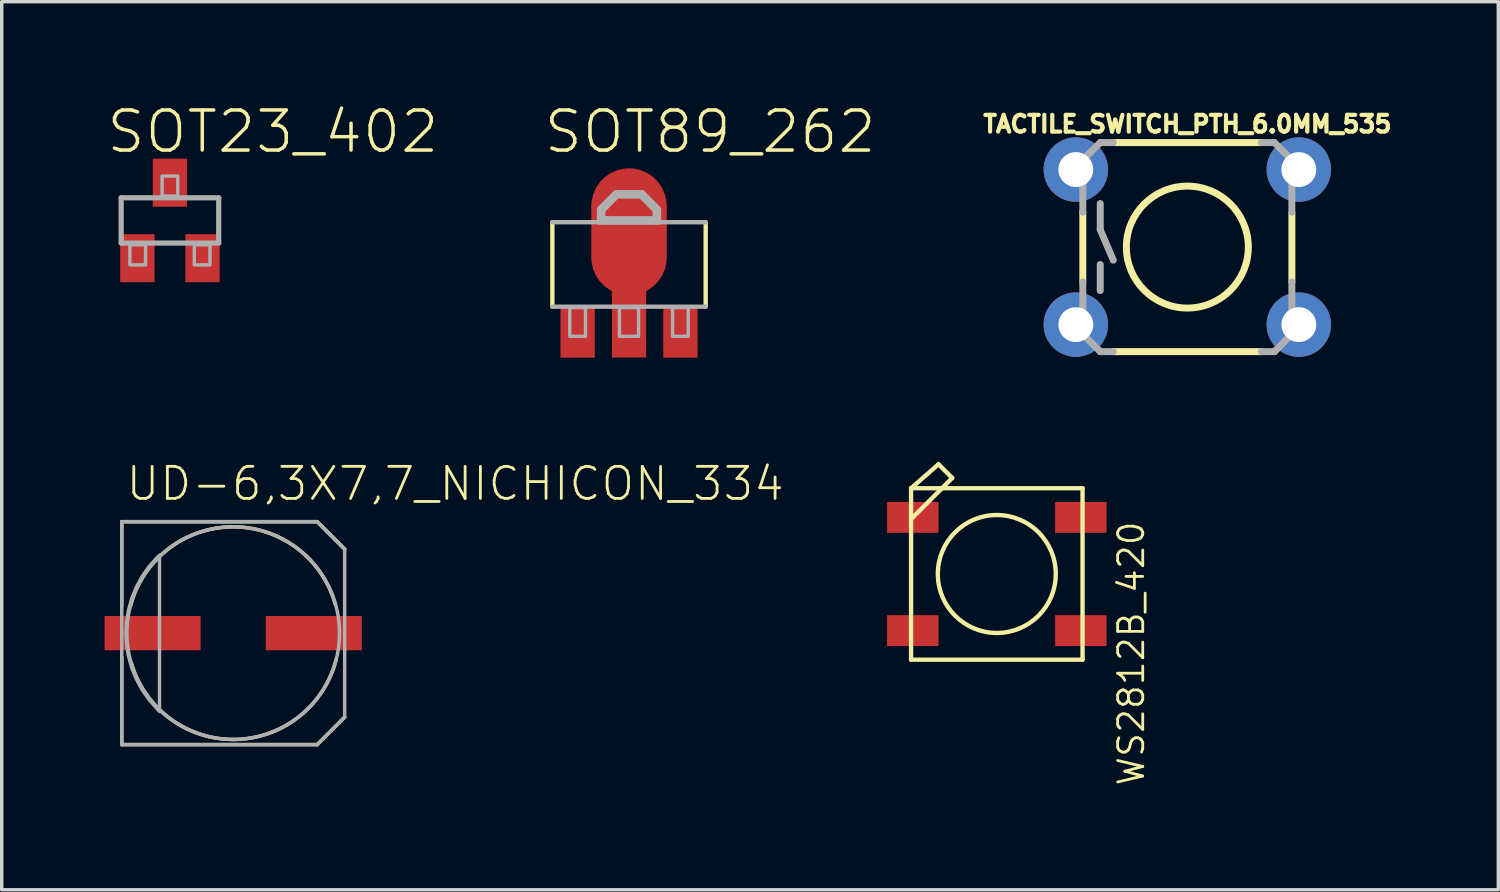
<source format=kicad_pcb>
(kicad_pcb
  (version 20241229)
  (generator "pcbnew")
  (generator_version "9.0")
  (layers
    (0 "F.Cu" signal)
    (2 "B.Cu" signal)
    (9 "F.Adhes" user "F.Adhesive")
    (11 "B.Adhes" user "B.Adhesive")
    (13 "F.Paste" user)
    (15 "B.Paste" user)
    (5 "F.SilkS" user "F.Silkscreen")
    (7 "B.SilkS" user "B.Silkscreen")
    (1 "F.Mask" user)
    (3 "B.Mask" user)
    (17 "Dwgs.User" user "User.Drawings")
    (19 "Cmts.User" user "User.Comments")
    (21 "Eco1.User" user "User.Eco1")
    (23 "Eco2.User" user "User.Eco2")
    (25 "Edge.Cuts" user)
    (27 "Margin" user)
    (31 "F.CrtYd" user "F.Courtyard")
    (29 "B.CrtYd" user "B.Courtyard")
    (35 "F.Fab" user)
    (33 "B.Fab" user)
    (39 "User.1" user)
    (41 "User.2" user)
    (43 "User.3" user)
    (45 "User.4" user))
  (footprint "SOT23_402"
    (layer "F.Cu")
    (at 1.905 3.378)
    (property "Reference" "SOT23_402" (at -1.905 -1.905 0) (unlocked yes) (layer "F.SilkS") (effects (font (size 1.168 1.168) (thickness 0.102)) (justify left bottom)))
    (fp_line (start -1.422 -0.66) (end 1.422 -0.66) (stroke (width 0.152) (type solid)) (layer "F.Fab"))
    (fp_line (start -1.422 0.66) (end -1.422 -0.66) (stroke (width 0.152) (type solid)) (layer "F.Fab"))
    (fp_line (start 1.422 -0.66) (end 1.422 0.66) (stroke (width 0.152) (type solid)) (layer "F.Fab"))
    (fp_line (start 1.422 0.66) (end -1.422 0.66) (stroke (width 0.152) (type solid)) (layer "F.Fab"))
    (fp_poly (pts (xy -1.168 1.295) (xy -0.711 1.295) (xy -0.711 0.711) (xy -1.168 0.711)) (stroke (width 0.1) (type default)) (fill no) (layer "F.Fab"))
    (fp_poly (pts (xy -0.229 -0.711) (xy 0.229 -0.711) (xy 0.229 -1.295) (xy -0.229 -1.295)) (stroke (width 0.1) (type default)) (fill no) (layer "F.Fab"))
    (fp_poly (pts (xy 0.711 1.295) (xy 1.168 1.295) (xy 1.168 0.711) (xy 0.711 0.711)) (stroke (width 0.1) (type default)) (fill no) (layer "F.Fab"))
    (pad "1" smd rect (at -0.95 1.1) (size 1 1.4) (layers "F.Cu" "F.Mask" "F.Paste"))
    (pad "2" smd rect (at 0.95 1.1) (size 1 1.4) (layers "F.Cu" "F.Mask" "F.Paste"))
    (pad "3" smd rect (at 0 -1.1) (size 1 1.4) (layers "F.Cu" "F.Mask" "F.Paste")))
  (footprint "TACTILE_SWITCH_PTH_6.0MM_535"
    (layer "F.Cu")
    (at 31.572 4.155)
    (property "Reference" "TACTILE_SWITCH_PTH_6.0MM_535" (at 0 -3.302 0) (unlocked yes) (layer "F.SilkS") (effects (font (size 0.488 0.488) (thickness 0.122)) (justify bottom)))
    (fp_line (start -3.048 -1.028) (end -3.048 1.016) (stroke (width 0.203) (type solid)) (layer "F.SilkS"))
    (fp_line (start -2.159 3.048) (end 2.159 3.048) (stroke (width 0.203) (type solid)) (layer "F.SilkS"))
    (fp_line (start 2.159 -3.048) (end -2.159 -3.048) (stroke (width 0.203) (type solid)) (layer "F.SilkS"))
    (fp_line (start 3.048 -0.998) (end 3.048 1.016) (stroke (width 0.203) (type solid)) (layer "F.SilkS"))
    (fp_circle (center 0 0) (end 1.778 0) (stroke (width 0.203) (type solid)) (fill no) (layer "F.SilkS"))
    (fp_line (start -3.048 -2.54) (end -3.048 -1.016) (stroke (width 0.203) (type solid)) (layer "F.Fab"))
    (fp_line (start -3.048 2.54) (end -3.048 1.016) (stroke (width 0.203) (type solid)) (layer "F.Fab"))
    (fp_line (start -2.54 -3.048) (end -3.048 -2.54) (stroke (width 0.203) (type solid)) (layer "F.Fab"))
    (fp_line (start -2.54 -3.048) (end -2.159 -3.048) (stroke (width 0.203) (type solid)) (layer "F.Fab"))
    (fp_line (start -2.54 -1.27) (end -2.54 -0.508) (stroke (width 0.203) (type solid)) (layer "F.Fab"))
    (fp_line (start -2.54 -0.508) (end -2.159 0.381) (stroke (width 0.203) (type solid)) (layer "F.Fab"))
    (fp_line (start -2.54 0.508) (end -2.54 1.27) (stroke (width 0.203) (type solid)) (layer "F.Fab"))
    (fp_line (start -2.54 3.048) (end -3.048 2.54) (stroke (width 0.203) (type solid)) (layer "F.Fab"))
    (fp_line (start -2.54 3.048) (end -2.159 3.048) (stroke (width 0.203) (type solid)) (layer "F.Fab"))
    (fp_line (start 2.54 -3.048) (end 2.159 -3.048) (stroke (width 0.203) (type solid)) (layer "F.Fab"))
    (fp_line (start 2.54 3.048) (end 2.159 3.048) (stroke (width 0.203) (type solid)) (layer "F.Fab"))
    (fp_line (start 2.54 3.048) (end 3.048 2.54) (stroke (width 0.203) (type solid)) (layer "F.Fab"))
    (fp_line (start 3.048 -2.54) (end 2.54 -3.048) (stroke (width 0.203) (type solid)) (layer "F.Fab"))
    (fp_line (start 3.048 -1.016) (end 3.048 -2.54) (stroke (width 0.203) (type solid)) (layer "F.Fab"))
    (fp_line (start 3.048 2.54) (end 3.048 1.016) (stroke (width 0.203) (type solid)) (layer "F.Fab"))
    (pad "1" thru_hole circle (at -3.251 -2.261) (size 1.88 1.88) (drill 1.016) (layers "*.Cu" "*.Mask"))
    (pad "2" thru_hole circle (at 3.251 -2.261) (size 1.88 1.88) (drill 1.016) (layers "*.Cu" "*.Mask"))
    (pad "3" thru_hole circle (at -3.251 2.261) (size 1.88 1.88) (drill 1.016) (layers "*.Cu" "*.Mask"))
    (pad "4" thru_hole circle (at 3.251 2.261) (size 1.88 1.88) (drill 1.016) (layers "*.Cu" "*.Mask")))
  (footprint "WS2812B_420"
    (layer "F.Cu")
    (at 26.016 13.687)
    (property "Reference" "WS2812B_420" (at 3.493 -1.587 90) (unlocked yes) (layer "F.SilkS") (effects (font (size 0.732 0.732) (thickness 0.081)) (justify right top)))
    (fp_line (start -2.5 -2.5) (end -1.6 -2.5) (stroke (width 0.127) (type solid)) (layer "F.SilkS"))
    (fp_line (start -2.5 -1.6) (end -2.5 -2.5) (stroke (width 0.127) (type solid)) (layer "F.SilkS"))
    (fp_line (start -2.5 -1.6) (end -1.6 -2.5) (stroke (width 0.127) (type solid)) (layer "F.SilkS"))
    (fp_line (start -2.5 2.5) (end -2.5 -1.6) (stroke (width 0.127) (type solid)) (layer "F.SilkS"))
    (fp_line (start -1.7 -3.2) (end -2.5 -2.5) (stroke (width 0.127) (type solid)) (layer "F.SilkS"))
    (fp_line (start -1.6 -2.5) (end -1.3 -2.8) (stroke (width 0.127) (type solid)) (layer "F.SilkS"))
    (fp_line (start -1.6 -2.5) (end 2.5 -2.5) (stroke (width 0.127) (type solid)) (layer "F.SilkS"))
    (fp_line (start -1.3 -2.8) (end -1.7 -3.2) (stroke (width 0.127) (type solid)) (layer "F.SilkS"))
    (fp_line (start 2.5 -2.5) (end 2.5 2.5) (stroke (width 0.127) (type solid)) (layer "F.SilkS"))
    (fp_line (start 2.5 2.5) (end -2.5 2.5) (stroke (width 0.127) (type solid)) (layer "F.SilkS"))
    (fp_circle (center 0 0) (end 1.72 0) (stroke (width 0.127) (type solid)) (fill no) (layer "F.SilkS"))
    (pad "1-VDD" smd rect (at 2.45 1.65 180) (size 1.5 0.9) (layers "F.Cu" "F.Mask" "F.Paste"))
    (pad "2-DOUT" smd rect (at 2.45 -1.65 180) (size 1.5 0.9) (layers "F.Cu" "F.Mask" "F.Paste"))
    (pad "3-GND" smd rect (at -2.45 -1.65 180) (size 1.5 0.9) (layers "F.Cu" "F.Mask" "F.Paste"))
    (pad "4-DIN" smd rect (at -2.45 1.65 180) (size 1.5 0.9) (layers "F.Cu" "F.Mask" "F.Paste")))
  (footprint "SOT89_262"
    (layer "F.Cu")
    (at 15.292 4.648)
    (property "Reference" "SOT89_262" (at -2.54 -3.175 0) (unlocked yes) (layer "F.SilkS") (effects (font (size 1.168 1.168) (thickness 0.102)) (justify left bottom)))
    (fp_poly (pts (xy -2.025 2.775) (xy -0.975 2.775) (xy -0.975 1.2) (xy -2.025 1.2)) (stroke (width 0) (type default)) (fill yes) (layer "F.Mask"))
    (fp_poly (pts (xy -0.525 2.775) (xy 0.525 2.775) (xy 0.525 1.2) (xy -0.525 1.2)) (stroke (width 0) (type default)) (fill yes) (layer "F.Mask"))
    (fp_poly (pts (xy 0.975 2.775) (xy 2.025 2.775) (xy 2.025 1.2) (xy 0.975 1.2)) (stroke (width 0) (type default)) (fill yes) (layer "F.Mask"))
    (fp_line (start -2.235 1.245) (end -2.235 -1.219) (stroke (width 0.127) (type solid)) (layer "F.SilkS"))
    (fp_line (start 2.235 -1.219) (end 2.235 1.245) (stroke (width 0.127) (type solid)) (layer "F.SilkS"))
    (fp_poly (pts (xy -1.9 2.68) (xy -1.1 2.68) (xy -1.1 1.28) (xy -1.9 1.28)) (stroke (width 0) (type default)) (fill yes) (layer "F.Paste"))
    (fp_poly (pts (xy -0.9 0) (xy 0.9 0) (xy 0.9 -2.2) (xy -0.9 -2.2)) (stroke (width 0) (type default)) (fill yes) (layer "F.Paste"))
    (fp_poly (pts (xy -0.4 2.68) (xy 0.4 2.68) (xy 0.4 1.28) (xy -0.4 1.28)) (stroke (width 0) (type default)) (fill yes) (layer "F.Paste"))
    (fp_poly (pts (xy 1.1 2.68) (xy 1.9 2.68) (xy 1.9 1.28) (xy 1.1 1.28)) (stroke (width 0) (type default)) (fill yes) (layer "F.Paste"))
    (fp_line (start -2.235 -1.219) (end 2.235 -1.219) (stroke (width 0.127) (type solid)) (layer "F.Fab"))
    (fp_line (start -0.787 -1.575) (end -0.356 -2.007) (stroke (width 0.2) (type solid)) (layer "F.Fab"))
    (fp_line (start -0.787 -1.295) (end -0.787 -1.575) (stroke (width 0.2) (type solid)) (layer "F.Fab"))
    (fp_line (start -0.356 -2.007) (end 0.356 -2.007) (stroke (width 0.2) (type solid)) (layer "F.Fab"))
    (fp_line (start 0.356 -2.007) (end 0.787 -1.575) (stroke (width 0.2) (type solid)) (layer "F.Fab"))
    (fp_line (start 0.787 -1.575) (end 0.787 -1.295) (stroke (width 0.2) (type solid)) (layer "F.Fab"))
    (fp_line (start 0.787 -1.295) (end -0.787 -1.295) (stroke (width 0.2) (type solid)) (layer "F.Fab"))
    (fp_line (start 2.235 1.245) (end -2.235 1.245) (stroke (width 0.127) (type solid)) (layer "F.Fab"))
    (fp_poly (pts (xy -1.727 2.108) (xy -1.27 2.108) (xy -1.27 1.27) (xy -1.727 1.27)) (stroke (width 0.1) (type default)) (fill no) (layer "F.Fab"))
    (fp_poly (pts (xy -0.279 2.108) (xy 0.279 2.108) (xy 0.279 1.27) (xy -0.279 1.27)) (stroke (width 0.1) (type default)) (fill no) (layer "F.Fab"))
    (fp_poly (pts (xy 1.27 2.108) (xy 1.727 2.108) (xy 1.727 1.27) (xy 1.27 1.27)) (stroke (width 0.1) (type default)) (fill no) (layer "F.Fab"))
    (fp_poly (pts (xy 0.887 -1.616) (xy 0.887 -1.196) (xy -0.887 -1.196) (xy -0.887 -1.616) (xy -0.397 -2.107) (xy 0.397 -2.107)) (stroke (width 0.1) (type default)) (fill no) (layer "F.Fab"))
    (pad "1" smd rect (at -1.499 1.981) (size 1 1.5) (layers "F.Cu"))
    (pad "2" smd rect (at 0 1.727) (size 1 2) (layers "F.Cu"))
    (pad "2@1" smd roundrect (at 0 -0.94) (size 2.2 3.7) (layers "F.Cu" "F.Mask") (roundrect_rratio 0.5))
    (pad "3" smd rect (at 1.499 1.981) (size 1 1.5) (layers "F.Cu")))
  (footprint "UD-6,3X7,7_NICHICON_334"
    (layer "F.Cu")
    (at 3.75 15.412)
    (property "Reference" "UD-6,3X7,7_NICHICON_334" (at -3.175 -3.81 0) (unlocked yes) (layer "F.SilkS") (effects (font (size 0.935 0.935) (thickness 0.081)) (justify left bottom)))
    (fp_line (start -3.25 -3.25) (end 2.45 -3.25) (stroke (width 0.102) (type solid)) (layer "F.SilkS"))
    (fp_line (start -3.25 -0.8) (end -3.25 -3.25) (stroke (width 0.102) (type solid)) (layer "F.SilkS"))
    (fp_line (start -3.25 3.25) (end -3.25 0.7) (stroke (width 0.102) (type solid)) (layer "F.SilkS"))
    (fp_line (start 2.45 -3.25) (end 3.25 -2.45) (stroke (width 0.102) (type solid)) (layer "F.SilkS"))
    (fp_line (start 2.45 3.25) (end -3.25 3.25) (stroke (width 0.102) (type solid)) (layer "F.SilkS"))
    (fp_line (start 3.25 2.45) (end 2.45 3.25) (stroke (width 0.102) (type solid)) (layer "F.SilkS"))
    (fp_arc (start -3 -0.775) (mid -0.04121 -3.099781) (end 2.975001 -0.85) (stroke (width 0.1016) (type solid)) (layer "F.SilkS"))
    (fp_arc (start 3 0.775) (mid 0.04121 3.099781) (end -2.975001 0.85) (stroke (width 0.1016) (type solid)) (layer "F.SilkS"))
    (fp_line (start -3.25 -3.25) (end 2.45 -3.25) (stroke (width 0.102) (type solid)) (layer "F.Fab"))
    (fp_line (start -3.25 3.25) (end -3.25 -3.25) (stroke (width 0.102) (type solid)) (layer "F.Fab"))
    (fp_line (start 2.45 -3.25) (end 3.25 -2.45) (stroke (width 0.102) (type solid)) (layer "F.Fab"))
    (fp_line (start 2.45 3.25) (end -3.25 3.25) (stroke (width 0.102) (type solid)) (layer "F.Fab"))
    (fp_line (start 3.25 -2.45) (end 3.25 2.45) (stroke (width 0.102) (type solid)) (layer "F.Fab"))
    (fp_line (start 3.25 2.45) (end 2.45 3.25) (stroke (width 0.102) (type solid)) (layer "F.Fab"))
    (fp_circle (center 0 0) (end 3.1 0) (stroke (width 0.102) (type solid)) (fill no) (layer "F.Fab"))
    (fp_poly (pts (xy -2.149 2.285) (xy -2.464 1.925) (xy -2.661 1.642) (xy -2.825 1.338) (xy -2.956 1.018) (xy -3.05 0.686) (xy -3.107 0.345) (xy -3.126 0.000001) (xy -3.107 -0.345) (xy -3.05 -0.686) (xy -2.956 -1.018) (xy -2.825 -1.338) (xy -2.661 -1.642) (xy -2.464 -1.925) (xy -2.237 -2.185) (xy -2.149 -2.273)) (stroke (width 0.1) (type default)) (fill no) (layer "F.Fab"))
    (pad "+" smd rect (at 2.35 0) (size 2.8 1) (layers "F.Cu" "F.Mask" "F.Paste"))
    (pad "-" smd rect (at -2.35 0) (size 2.8 1) (layers "F.Cu" "F.Mask" "F.Paste")))
  (gr_rect
    (start -3 -3)
    (end 40.639 22.895)
    (stroke (width 0.1) (type default))
    (fill no)
    (layer "Edge.Cuts")))
</source>
